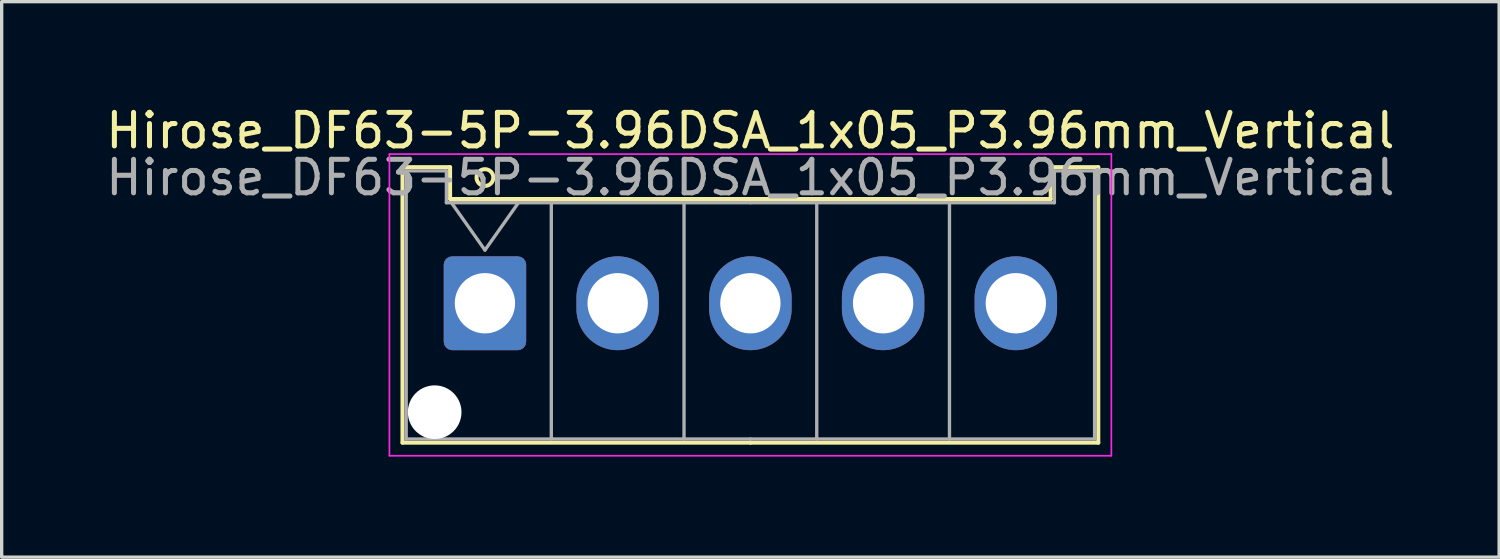
<source format=kicad_pcb>
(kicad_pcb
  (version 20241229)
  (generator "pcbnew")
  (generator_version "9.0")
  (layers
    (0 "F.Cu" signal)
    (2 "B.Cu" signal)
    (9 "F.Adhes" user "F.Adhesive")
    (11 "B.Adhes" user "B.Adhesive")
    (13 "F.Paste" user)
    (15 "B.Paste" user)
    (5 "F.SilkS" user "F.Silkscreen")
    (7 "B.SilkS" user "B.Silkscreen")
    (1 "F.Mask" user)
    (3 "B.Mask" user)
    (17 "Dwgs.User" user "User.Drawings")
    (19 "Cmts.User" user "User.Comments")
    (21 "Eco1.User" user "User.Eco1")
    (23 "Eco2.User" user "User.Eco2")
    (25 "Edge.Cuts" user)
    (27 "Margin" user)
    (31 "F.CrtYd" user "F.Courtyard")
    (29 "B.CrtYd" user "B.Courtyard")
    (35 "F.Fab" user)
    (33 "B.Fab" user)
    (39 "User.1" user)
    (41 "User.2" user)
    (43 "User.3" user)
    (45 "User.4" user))
  (footprint "Hirose_DF63-5P-3.96DSA_1x05_P3.96mm_Vertical"
    (layer "F.Cu")
    (at 11.419 5.998)
    (property "Reference" "Hirose_DF63-5P-3.96DSA_1x05_P3.96mm_Vertical" (at 7.92 -5.15 0) (layer "F.SilkS") (effects (font (size 1 1) (thickness 0.15))))
    (attr through_hole)
    (fp_line (start -2.46 -4.06) (end -1.04 -4.06) (stroke (width 0.12) (type solid)) (layer "F.SilkS"))
    (fp_line (start -2.46 4.16) (end -2.46 -4.06) (stroke (width 0.12) (type solid)) (layer "F.SilkS"))
    (fp_line (start -1.04 -4.06) (end -1.04 -3.11) (stroke (width 0.12) (type solid)) (layer "F.SilkS"))
    (fp_line (start -1.04 -3.11) (end 7.92 -3.11) (stroke (width 0.12) (type solid)) (layer "F.SilkS"))
    (fp_line (start 7.92 4.16) (end -2.46 4.16) (stroke (width 0.12) (type solid)) (layer "F.SilkS"))
    (fp_line (start 7.92 4.16) (end 18.3 4.16) (stroke (width 0.12) (type solid)) (layer "F.SilkS"))
    (fp_line (start 16.88 -4.06) (end 16.88 -3.11) (stroke (width 0.12) (type solid)) (layer "F.SilkS"))
    (fp_line (start 16.88 -3.11) (end 7.92 -3.11) (stroke (width 0.12) (type solid)) (layer "F.SilkS"))
    (fp_line (start 18.3 -4.06) (end 16.88 -4.06) (stroke (width 0.12) (type solid)) (layer "F.SilkS"))
    (fp_line (start 18.3 4.16) (end 18.3 -4.06) (stroke (width 0.12) (type solid)) (layer "F.SilkS"))
    (fp_circle (center 0 -3.75) (end 0.25 -3.75) (stroke (width 0.12) (type solid)) (fill no) (layer "F.SilkS"))
    (fp_line (start -2.85 -4.45) (end -2.85 4.55) (stroke (width 0.05) (type solid)) (layer "F.CrtYd"))
    (fp_line (start -2.85 4.55) (end 18.69 4.55) (stroke (width 0.05) (type solid)) (layer "F.CrtYd"))
    (fp_line (start 18.69 -4.45) (end -2.85 -4.45) (stroke (width 0.05) (type solid)) (layer "F.CrtYd"))
    (fp_line (start 18.69 4.55) (end 18.69 -4.45) (stroke (width 0.05) (type solid)) (layer "F.CrtYd"))
    (fp_line (start -2.35 -3.95) (end -1.15 -3.95) (stroke (width 0.1) (type solid)) (layer "F.Fab"))
    (fp_line (start -2.35 4.05) (end -2.35 -3.95) (stroke (width 0.1) (type solid)) (layer "F.Fab"))
    (fp_line (start -1.15 -3.95) (end -1.15 -3) (stroke (width 0.1) (type solid)) (layer "F.Fab"))
    (fp_line (start -1.15 -3) (end 7.92 -3) (stroke (width 0.1) (type solid)) (layer "F.Fab"))
    (fp_line (start -1 -3) (end 0 -1.586) (stroke (width 0.1) (type solid)) (layer "F.Fab"))
    (fp_line (start 0 -1.586) (end 1 -3) (stroke (width 0.1) (type solid)) (layer "F.Fab"))
    (fp_line (start 1.98 -3) (end 1.98 4.05) (stroke (width 0.1) (type solid)) (layer "F.Fab"))
    (fp_line (start 5.94 -3) (end 5.94 4.05) (stroke (width 0.1) (type solid)) (layer "F.Fab"))
    (fp_line (start 7.92 4.05) (end -2.35 4.05) (stroke (width 0.1) (type solid)) (layer "F.Fab"))
    (fp_line (start 7.92 4.05) (end 18.19 4.05) (stroke (width 0.1) (type solid)) (layer "F.Fab"))
    (fp_line (start 9.9 -3) (end 9.9 4.05) (stroke (width 0.1) (type solid)) (layer "F.Fab"))
    (fp_line (start 13.86 -3) (end 13.86 4.05) (stroke (width 0.1) (type solid)) (layer "F.Fab"))
    (fp_line (start 16.99 -3.95) (end 16.99 -3) (stroke (width 0.1) (type solid)) (layer "F.Fab"))
    (fp_line (start 16.99 -3) (end 7.92 -3) (stroke (width 0.1) (type solid)) (layer "F.Fab"))
    (fp_line (start 18.19 -3.95) (end 16.99 -3.95) (stroke (width 0.1) (type solid)) (layer "F.Fab"))
    (fp_line (start 18.19 4.05) (end 18.19 -3.95) (stroke (width 0.1) (type solid)) (layer "F.Fab"))
    (fp_text user "${REFERENCE}" (at 7.92 -3.75 0) (layer "F.Fab") (effects (font (size 1 1) (thickness 0.15))))
    (pad "" np_thru_hole circle (at -1.5 3.25) (size 1.6 1.6) (drill 1.6) (layers "*.Cu" "*.Mask"))
    (pad "1" thru_hole roundrect (at 0 0) (size 2.46 2.8) (drill 1.8) (layers "*.Cu" "*.Mask") (roundrect_rratio 0.102))
    (pad "2" thru_hole oval (at 3.96 0) (size 2.46 2.8) (drill 1.8) (layers "*.Cu" "*.Mask"))
    (pad "3" thru_hole oval (at 7.92 0) (size 2.46 2.8) (drill 1.8) (layers "*.Cu" "*.Mask"))
    (pad "4" thru_hole oval (at 11.88 0) (size 2.46 2.8) (drill 1.8) (layers "*.Cu" "*.Mask"))
    (pad "5" thru_hole oval (at 15.84 0) (size 2.46 2.8) (drill 1.8) (layers "*.Cu" "*.Mask")))
  (gr_rect
    (start -3 -3)
    (end 41.679 13.573)
    (stroke (width 0.1) (type default))
    (fill no)
    (layer "Edge.Cuts")))
</source>
